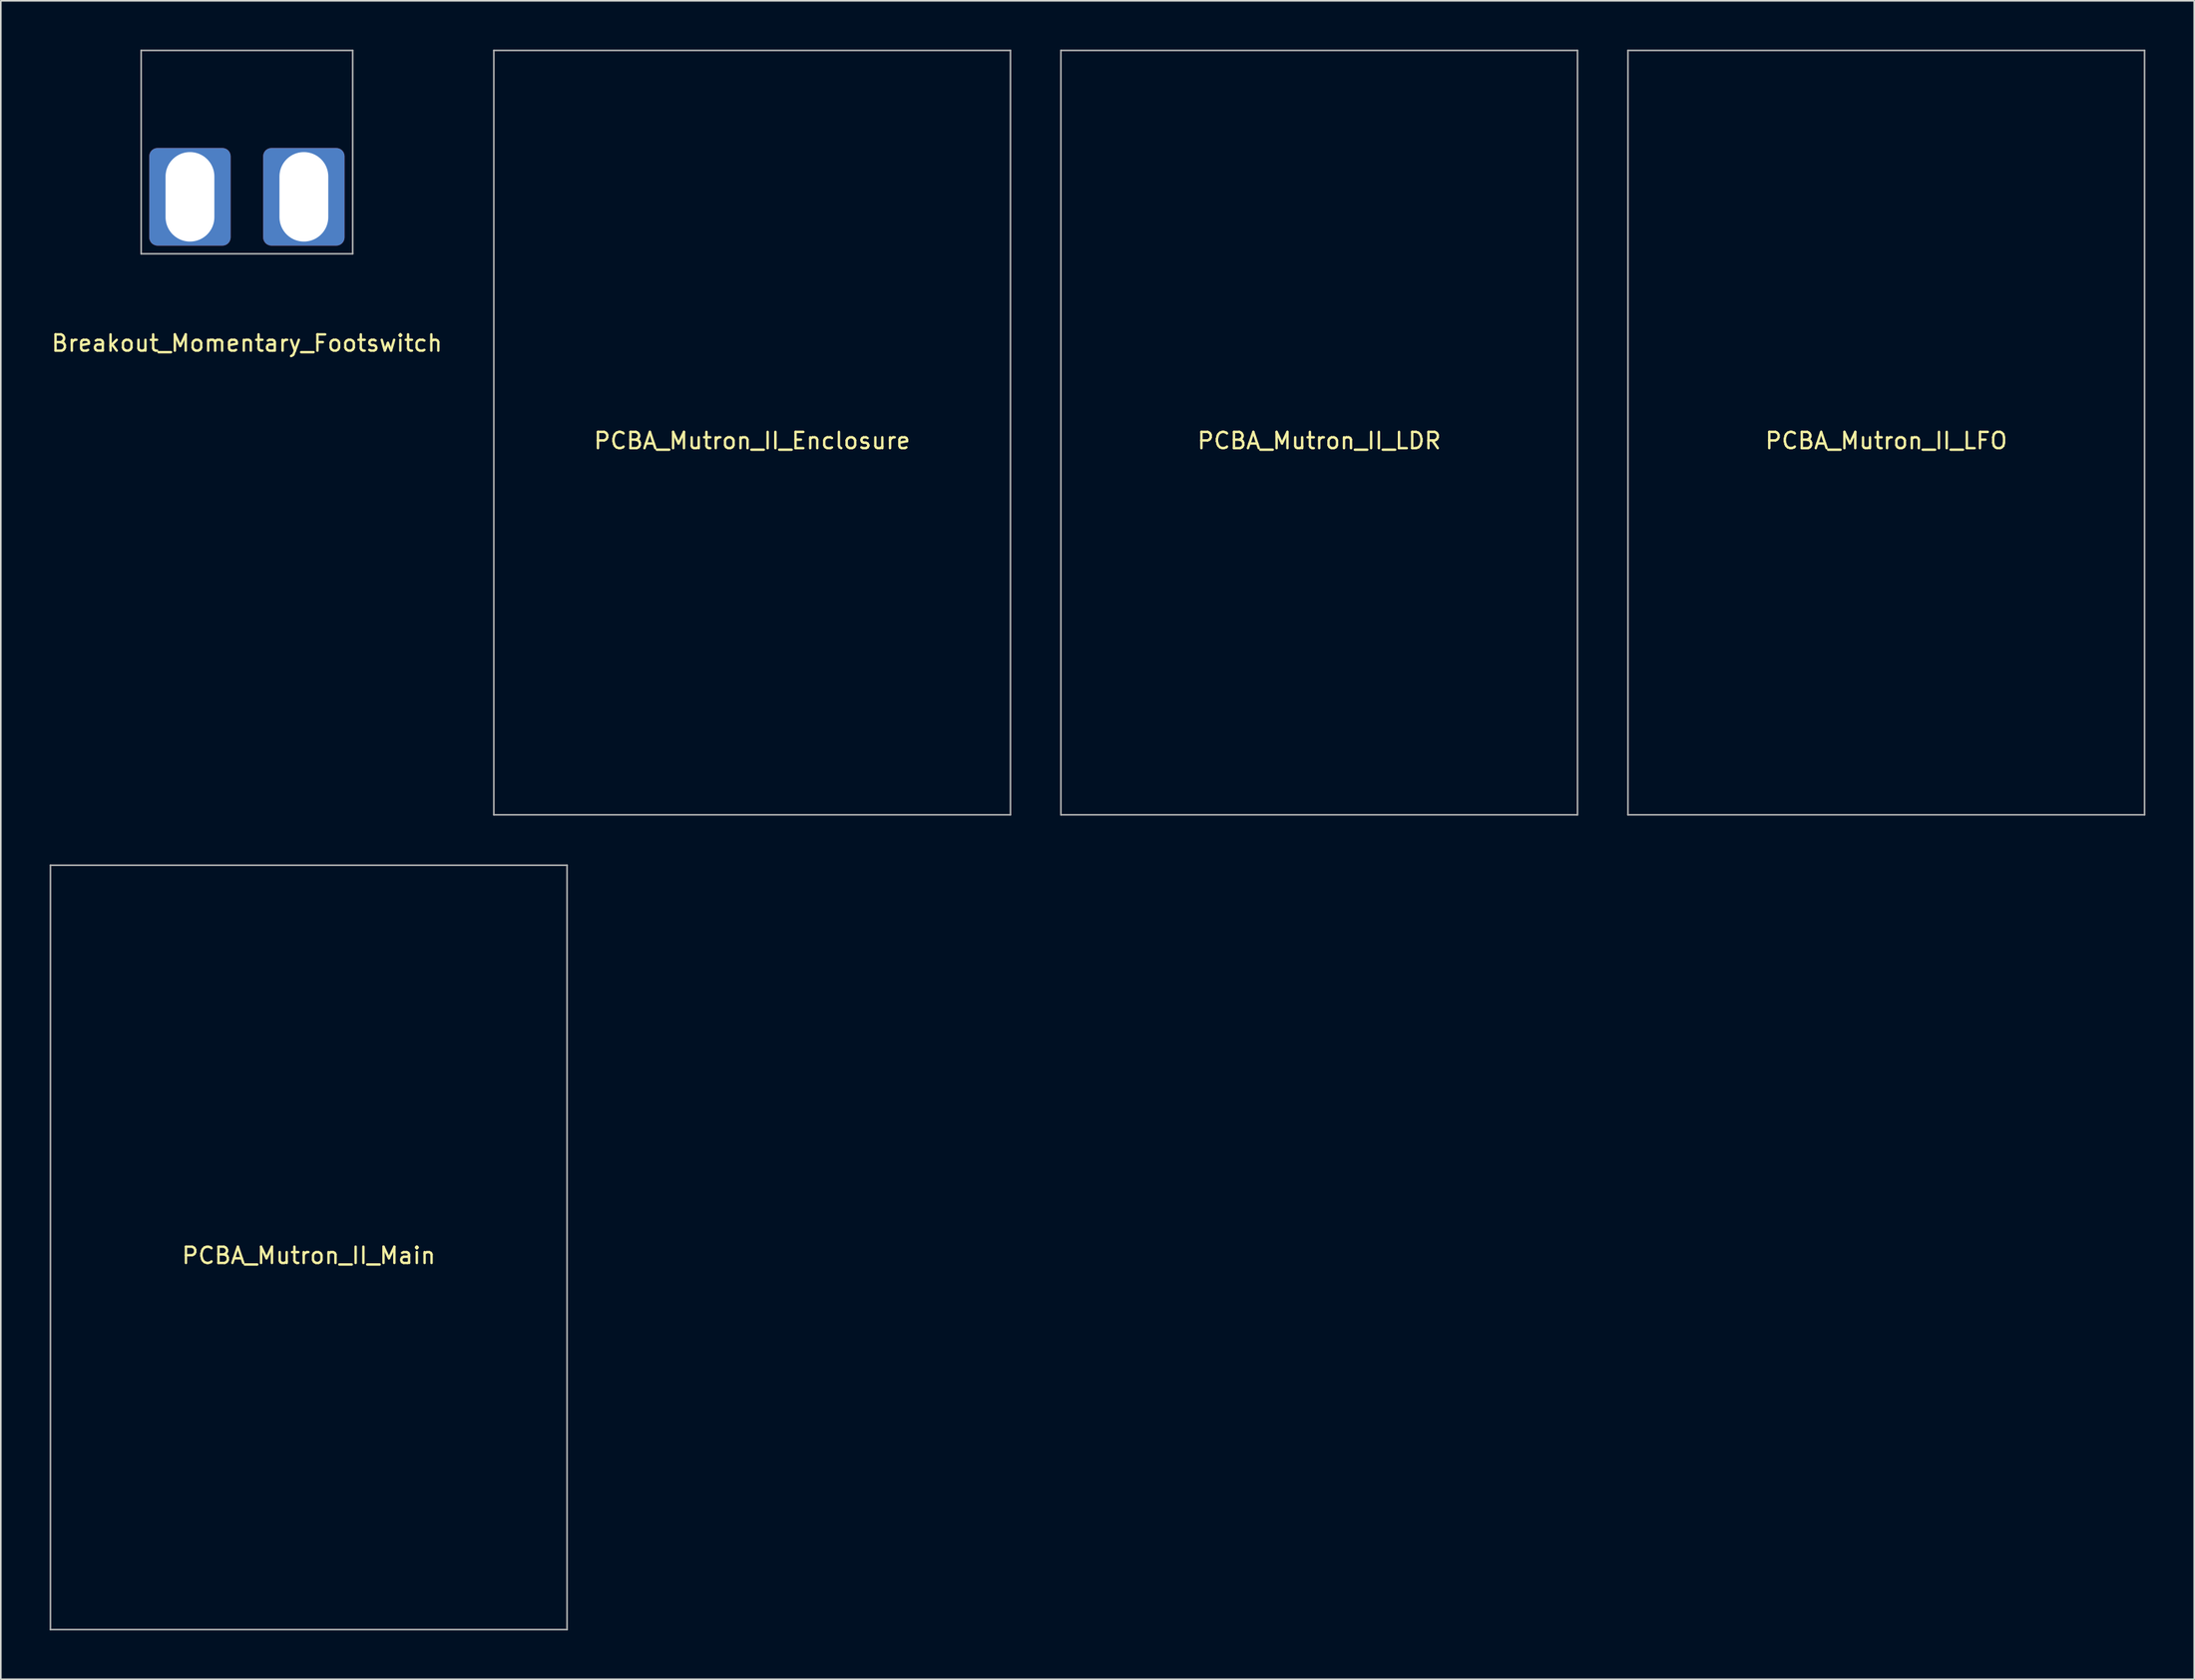
<source format=kicad_pcb>
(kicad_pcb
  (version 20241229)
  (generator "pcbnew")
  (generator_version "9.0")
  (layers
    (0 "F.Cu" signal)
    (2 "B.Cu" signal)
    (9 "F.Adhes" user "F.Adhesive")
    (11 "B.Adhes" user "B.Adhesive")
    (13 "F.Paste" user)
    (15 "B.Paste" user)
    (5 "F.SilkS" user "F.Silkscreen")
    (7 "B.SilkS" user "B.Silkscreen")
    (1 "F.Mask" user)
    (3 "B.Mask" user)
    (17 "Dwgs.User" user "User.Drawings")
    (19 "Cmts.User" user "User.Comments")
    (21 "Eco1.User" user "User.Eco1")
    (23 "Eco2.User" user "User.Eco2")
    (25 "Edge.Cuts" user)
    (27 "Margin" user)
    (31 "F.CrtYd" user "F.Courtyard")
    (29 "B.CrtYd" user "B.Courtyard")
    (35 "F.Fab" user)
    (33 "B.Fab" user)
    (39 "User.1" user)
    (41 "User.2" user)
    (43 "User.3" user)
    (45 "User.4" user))
  (footprint "PCBA_Mutron_II_Enclosure"
    (layer "F.Cu")
    (at 43.175 23.545)
    (property "Reference" "PCBA_Mutron_II_Enclosure" (at 0 0.5 0) (layer "F.SilkS") (effects (font (size 1 1) (thickness 0.15))))
    (attr through_hole)
    (fp_line (start -15.875 -23.495) (end -15.875 23.495) (stroke (width 0.1) (type solid)) (layer "F.Fab"))
    (fp_line (start -15.875 23.495) (end 15.875 23.495) (stroke (width 0.1) (type solid)) (layer "F.Fab"))
    (fp_line (start 15.875 -23.495) (end -15.875 -23.495) (stroke (width 0.1) (type solid)) (layer "F.Fab"))
    (fp_line (start 15.875 23.495) (end 15.875 -23.495) (stroke (width 0.1) (type solid)) (layer "F.Fab")))
  (footprint "Breakout_Momentary_Footswitch"
    (layer "F.Cu")
    (at 12.125 12.55)
    (property "Reference" "Breakout_Momentary_Footswitch" (at 0 5.5 0) (layer "F.SilkS") (effects (font (size 1 1) (thickness 0.15))))
    (attr through_hole)
    (fp_poly (pts (xy -3.2 -1) (xy -3.2 -6) (xy -4 -6) (xy -4 -1)) (stroke (width 0.15) (type solid)) (fill no) (layer "B.Fab"))
    (fp_poly (pts (xy 4 -1) (xy 4 -6) (xy 3.2 -6) (xy 3.2 -1)) (stroke (width 0.15) (type solid)) (fill no) (layer "B.Fab"))
    (fp_line (start -6.5 -12.5) (end 6.5 -12.5) (stroke (width 0.1) (type solid)) (layer "F.Fab"))
    (fp_line (start -6.5 0) (end -6.5 -12.5) (stroke (width 0.1) (type solid)) (layer "F.Fab"))
    (fp_line (start -6.5 0) (end 6.5 0) (stroke (width 0.1) (type solid)) (layer "F.Fab"))
    (fp_line (start 6.5 -12.5) (end 6.5 0) (stroke (width 0.1) (type solid)) (layer "F.Fab"))
    (pad "1" thru_hole roundrect (at -3.5 -3.5) (size 5 6) (drill oval 3 5.5) (layers "*.Cu" "*.Mask") (roundrect_rratio 0.1))
    (pad "1" thru_hole roundrect (at 3.5 -3.5) (size 5 6) (drill oval 3 5.5) (layers "*.Cu" "*.Mask") (roundrect_rratio 0.1)))
  (footprint "PCBA_Mutron_II_Main"
    (layer "F.Cu")
    (at 15.925 73.635)
    (property "Reference" "PCBA_Mutron_II_Main" (at 0 0.5 0) (layer "F.SilkS") (effects (font (size 1 1) (thickness 0.15))))
    (attr through_hole)
    (fp_line (start -15.875 -23.495) (end -15.875 23.495) (stroke (width 0.1) (type solid)) (layer "F.Fab"))
    (fp_line (start -15.875 23.495) (end 15.875 23.495) (stroke (width 0.1) (type solid)) (layer "F.Fab"))
    (fp_line (start 15.875 -23.495) (end -15.875 -23.495) (stroke (width 0.1) (type solid)) (layer "F.Fab"))
    (fp_line (start 15.875 23.495) (end 15.875 -23.495) (stroke (width 0.1) (type solid)) (layer "F.Fab")))
  (footprint "PCBA_Mutron_II_LDR"
    (layer "F.Cu")
    (at 78.025 23.545)
    (property "Reference" "PCBA_Mutron_II_LDR" (at 0 0.5 0) (layer "F.SilkS") (effects (font (size 1 1) (thickness 0.15))))
    (attr through_hole)
    (fp_line (start -15.875 -23.495) (end -15.875 23.495) (stroke (width 0.1) (type solid)) (layer "F.Fab"))
    (fp_line (start -15.875 23.495) (end 15.875 23.495) (stroke (width 0.1) (type solid)) (layer "F.Fab"))
    (fp_line (start 15.875 -23.495) (end -15.875 -23.495) (stroke (width 0.1) (type solid)) (layer "F.Fab"))
    (fp_line (start 15.875 23.495) (end 15.875 -23.495) (stroke (width 0.1) (type solid)) (layer "F.Fab")))
  (footprint "PCBA_Mutron_II_LFO"
    (layer "F.Cu")
    (at 112.875 23.545)
    (property "Reference" "PCBA_Mutron_II_LFO" (at 0 0.5 0) (layer "F.SilkS") (effects (font (size 1 1) (thickness 0.15))))
    (attr through_hole)
    (fp_line (start -15.875 -23.495) (end -15.875 23.495) (stroke (width 0.1) (type solid)) (layer "F.Fab"))
    (fp_line (start -15.875 23.495) (end 15.875 23.495) (stroke (width 0.1) (type solid)) (layer "F.Fab"))
    (fp_line (start 15.875 -23.495) (end -15.875 -23.495) (stroke (width 0.1) (type solid)) (layer "F.Fab"))
    (fp_line (start 15.875 23.495) (end 15.875 -23.495) (stroke (width 0.1) (type solid)) (layer "F.Fab")))
  (gr_rect
    (start -3 -3)
    (end 131.8 100.18)
    (stroke (width 0.1) (type default))
    (fill no)
    (layer "Edge.Cuts")))
</source>
